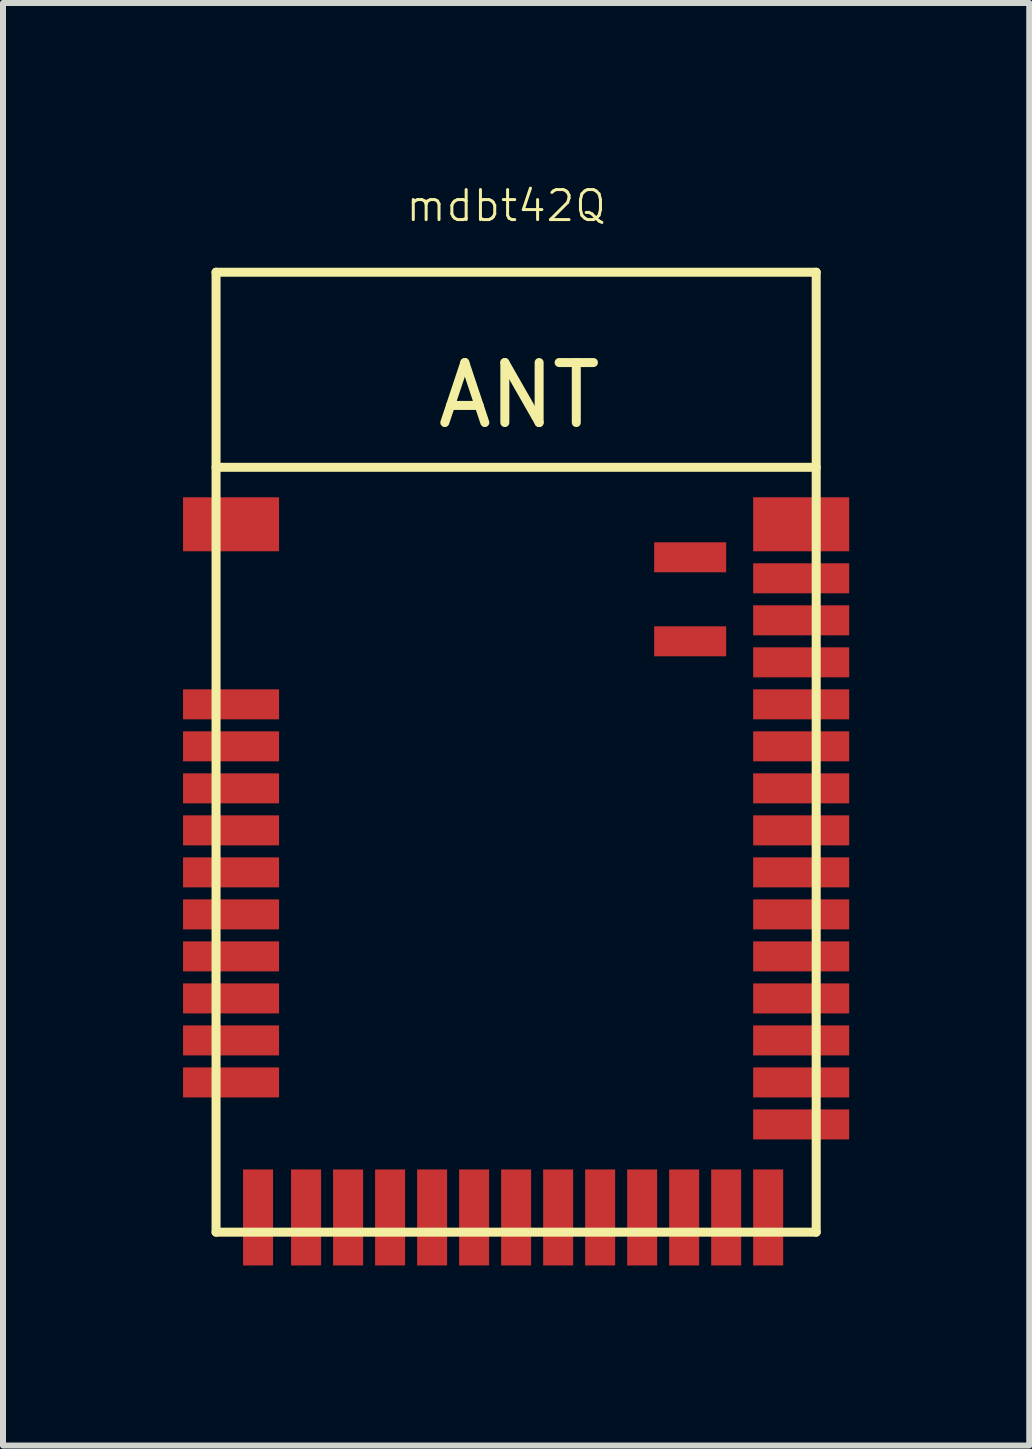
<source format=kicad_pcb>
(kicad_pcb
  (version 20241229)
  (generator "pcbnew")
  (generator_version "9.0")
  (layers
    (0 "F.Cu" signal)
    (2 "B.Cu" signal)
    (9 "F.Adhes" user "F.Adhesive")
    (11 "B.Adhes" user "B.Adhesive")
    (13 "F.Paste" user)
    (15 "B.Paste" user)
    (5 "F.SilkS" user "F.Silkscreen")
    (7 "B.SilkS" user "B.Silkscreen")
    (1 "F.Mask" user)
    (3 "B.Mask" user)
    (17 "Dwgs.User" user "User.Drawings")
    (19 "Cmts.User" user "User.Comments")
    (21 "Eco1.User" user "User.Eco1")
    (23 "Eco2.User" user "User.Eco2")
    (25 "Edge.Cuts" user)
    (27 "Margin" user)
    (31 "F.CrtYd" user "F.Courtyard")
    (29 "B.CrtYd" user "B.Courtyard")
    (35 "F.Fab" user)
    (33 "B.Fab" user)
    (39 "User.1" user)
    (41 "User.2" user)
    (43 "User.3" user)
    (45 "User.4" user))
  (footprint "mdbt42Q"
    (layer "F.Cu")
    (at 5.55 10.986)
    (property "Reference" "mdbt42Q" (at -0.166 -10.606 0) (layer "F.SilkS") (effects (font (size 0.5 0.5) (thickness 0.05))))
    (attr through_hole)
    (fp_line (start -5 -9.5) (end 5 -9.5) (stroke (width 0.15) (type solid)) (layer "F.SilkS"))
    (fp_line (start -5 6.495) (end -5 -9.5) (stroke (width 0.15) (type solid)) (layer "F.SilkS"))
    (fp_line (start 5 -9.5) (end 5 6.495) (stroke (width 0.15) (type solid)) (layer "F.SilkS"))
    (fp_line (start 5 -6.25) (end -5 -6.25) (stroke (width 0.15) (type solid)) (layer "F.SilkS"))
    (fp_line (start 5 6.495) (end -5 6.495) (stroke (width 0.15) (type solid)) (layer "F.SilkS"))
    (fp_text user "ANT" (at 0.05 -7.45 0) (layer "F.SilkS") (effects (font (size 1 1) (thickness 0.15))))
    (pad "1" smd rect (at -4.75 -5.3) (size 1.6 0.9) (layers "F.Cu" "F.Mask" "F.Paste"))
    (pad "2" smd rect (at -4.75 -2.3) (size 1.6 0.5) (layers "F.Cu" "F.Mask" "F.Paste"))
    (pad "3" smd rect (at -4.75 -1.6) (size 1.6 0.5) (layers "F.Cu" "F.Mask" "F.Paste"))
    (pad "4" smd rect (at -4.75 -0.9) (size 1.6 0.5) (layers "F.Cu" "F.Mask" "F.Paste"))
    (pad "5" smd rect (at -4.75 -0.2) (size 1.6 0.5) (layers "F.Cu" "F.Mask" "F.Paste"))
    (pad "6" smd rect (at -4.75 0.5) (size 1.6 0.5) (layers "F.Cu" "F.Mask" "F.Paste"))
    (pad "7" smd rect (at -4.75 1.2) (size 1.6 0.5) (layers "F.Cu" "F.Mask" "F.Paste"))
    (pad "8" smd rect (at -4.75 1.9) (size 1.6 0.5) (layers "F.Cu" "F.Mask" "F.Paste"))
    (pad "9" smd rect (at -4.75 2.6) (size 1.6 0.5) (layers "F.Cu" "F.Mask" "F.Paste"))
    (pad "10" smd rect (at -4.75 3.3) (size 1.6 0.5) (layers "F.Cu" "F.Mask" "F.Paste"))
    (pad "11" smd rect (at -4.75 4) (size 1.6 0.5) (layers "F.Cu" "F.Mask" "F.Paste"))
    (pad "12" smd rect (at -4.3 6.25) (size 0.5 1.6) (layers "F.Cu" "F.Mask" "F.Paste"))
    (pad "13" smd rect (at -3.5 6.25) (size 0.5 1.6) (layers "F.Cu" "F.Mask" "F.Paste"))
    (pad "14" smd rect (at -2.8 6.25) (size 0.5 1.6) (layers "F.Cu" "F.Mask" "F.Paste"))
    (pad "15" smd rect (at -2.1 6.25) (size 0.5 1.6) (layers "F.Cu" "F.Mask" "F.Paste"))
    (pad "16" smd rect (at -1.4 6.25) (size 0.5 1.6) (layers "F.Cu" "F.Mask" "F.Paste"))
    (pad "17" smd rect (at -0.7 6.25) (size 0.5 1.6) (layers "F.Cu" "F.Mask" "F.Paste"))
    (pad "18" smd rect (at 0 6.25) (size 0.5 1.6) (layers "F.Cu" "F.Mask" "F.Paste"))
    (pad "19" smd rect (at 0.7 6.25) (size 0.5 1.6) (layers "F.Cu" "F.Mask" "F.Paste"))
    (pad "20" smd rect (at 1.4 6.25) (size 0.5 1.6) (layers "F.Cu" "F.Mask" "F.Paste"))
    (pad "21" smd rect (at 2.1 6.25) (size 0.5 1.6) (layers "F.Cu" "F.Mask" "F.Paste"))
    (pad "22" smd rect (at 2.8 6.25) (size 0.5 1.6) (layers "F.Cu" "F.Mask" "F.Paste"))
    (pad "23" smd rect (at 3.5 6.25) (size 0.5 1.6) (layers "F.Cu" "F.Mask" "F.Paste"))
    (pad "24" smd rect (at 4.2 6.25) (size 0.5 1.6) (layers "F.Cu" "F.Mask" "F.Paste"))
    (pad "25" smd rect (at 4.75 4.7) (size 1.6 0.5) (layers "F.Cu" "F.Mask" "F.Paste"))
    (pad "26" smd rect (at 4.75 4) (size 1.6 0.5) (layers "F.Cu" "F.Mask" "F.Paste"))
    (pad "27" smd rect (at 4.75 3.3) (size 1.6 0.5) (layers "F.Cu" "F.Mask" "F.Paste"))
    (pad "28" smd rect (at 4.75 2.6) (size 1.6 0.5) (layers "F.Cu" "F.Mask" "F.Paste"))
    (pad "29" smd rect (at 4.75 1.9) (size 1.6 0.5) (layers "F.Cu" "F.Mask" "F.Paste"))
    (pad "30" smd rect (at 4.75 1.2) (size 1.6 0.5) (layers "F.Cu" "F.Mask" "F.Paste"))
    (pad "31" smd rect (at 4.75 0.5) (size 1.6 0.5) (layers "F.Cu" "F.Mask" "F.Paste"))
    (pad "32" smd rect (at 4.75 -0.2) (size 1.6 0.5) (layers "F.Cu" "F.Mask" "F.Paste"))
    (pad "33" smd rect (at 4.75 -0.9) (size 1.6 0.5) (layers "F.Cu" "F.Mask" "F.Paste"))
    (pad "34" smd rect (at 4.75 -1.6) (size 1.6 0.5) (layers "F.Cu" "F.Mask" "F.Paste"))
    (pad "35" smd rect (at 4.75 -2.3) (size 1.6 0.5) (layers "F.Cu" "F.Mask" "F.Paste"))
    (pad "36" smd rect (at 4.75 -3) (size 1.6 0.5) (layers "F.Cu" "F.Mask" "F.Paste"))
    (pad "37" smd rect (at 4.75 -3.7) (size 1.6 0.5) (layers "F.Cu" "F.Mask" "F.Paste"))
    (pad "38" smd rect (at 4.75 -4.4) (size 1.6 0.5) (layers "F.Cu" "F.Mask" "F.Paste"))
    (pad "39" smd rect (at 4.75 -5.3) (size 1.6 0.9) (layers "F.Cu" "F.Mask" "F.Paste"))
    (pad "40" smd rect (at 2.9 -4.75) (size 1.2 0.5) (layers "F.Cu" "F.Mask" "F.Paste"))
    (pad "41" smd rect (at 2.9 -3.35) (size 1.2 0.5) (layers "F.Cu" "F.Mask" "F.Paste")))
  (gr_rect
    (start -3 -3)
    (end 14.1 21.036)
    (stroke (width 0.1) (type default))
    (fill no)
    (layer "Edge.Cuts")))
</source>
